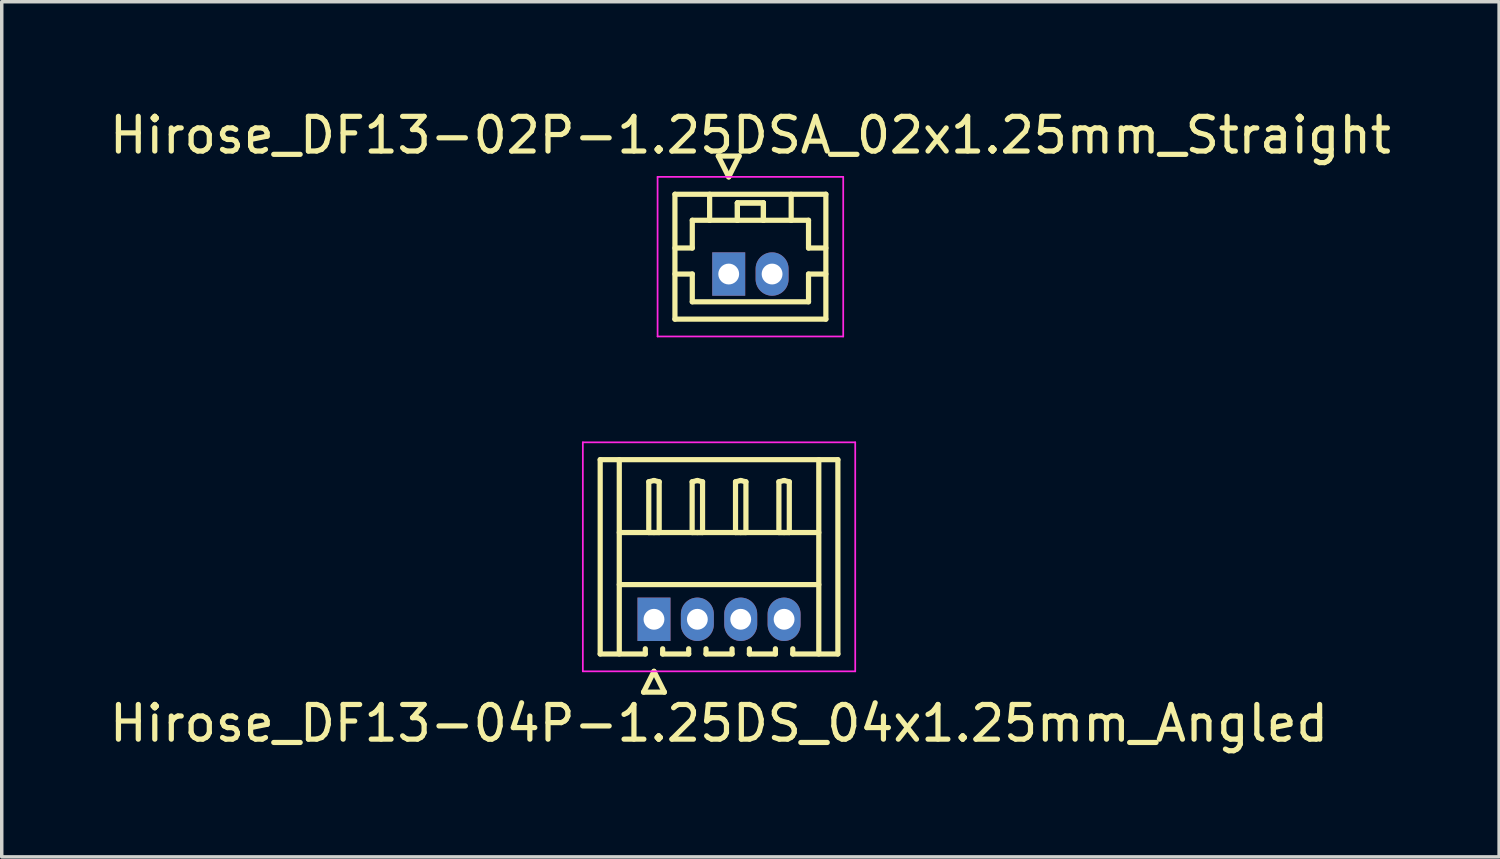
<source format=kicad_pcb>
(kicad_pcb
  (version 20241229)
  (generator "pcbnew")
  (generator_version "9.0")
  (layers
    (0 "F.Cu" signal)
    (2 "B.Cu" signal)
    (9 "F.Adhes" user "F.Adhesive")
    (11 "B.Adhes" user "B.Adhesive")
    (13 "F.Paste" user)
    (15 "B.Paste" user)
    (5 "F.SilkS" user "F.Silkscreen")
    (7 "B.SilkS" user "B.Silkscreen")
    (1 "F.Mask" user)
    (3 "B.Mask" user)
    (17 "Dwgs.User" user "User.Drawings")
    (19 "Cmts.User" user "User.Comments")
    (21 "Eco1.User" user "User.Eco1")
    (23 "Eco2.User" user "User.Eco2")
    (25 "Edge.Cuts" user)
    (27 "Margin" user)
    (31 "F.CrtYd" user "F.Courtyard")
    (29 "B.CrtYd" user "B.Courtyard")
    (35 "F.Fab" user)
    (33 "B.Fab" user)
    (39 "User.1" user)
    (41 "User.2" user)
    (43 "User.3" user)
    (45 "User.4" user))
  (footprint "Hirose_DF13-02P-1.25DSA_02x1.25mm_Straight"
    (layer "F.Cu")
    (at 17.952 4.848)
    (property "Reference" "Hirose_DF13-02P-1.25DSA_02x1.25mm_Straight" (at 0.625 -4 0) (layer "F.SilkS") (effects (font (size 1 1) (thickness 0.15))))
    (attr through_hole)
    (fp_line (start -1.55 -2.3) (end -1.55 1.3) (stroke (width 0.15) (type solid)) (layer "F.SilkS"))
    (fp_line (start -1.55 -0.75) (end -1.05 -0.75) (stroke (width 0.15) (type solid)) (layer "F.SilkS"))
    (fp_line (start -1.55 0) (end -1.05 0) (stroke (width 0.15) (type solid)) (layer "F.SilkS"))
    (fp_line (start -1.55 1.3) (end 2.8 1.3) (stroke (width 0.15) (type solid)) (layer "F.SilkS"))
    (fp_line (start -1.05 -1.55) (end -0.55 -1.55) (stroke (width 0.15) (type solid)) (layer "F.SilkS"))
    (fp_line (start -1.05 -0.75) (end -1.05 -1.55) (stroke (width 0.15) (type solid)) (layer "F.SilkS"))
    (fp_line (start -1.05 0) (end -1.05 0.8) (stroke (width 0.15) (type solid)) (layer "F.SilkS"))
    (fp_line (start -1.05 0.8) (end 2.3 0.8) (stroke (width 0.15) (type solid)) (layer "F.SilkS"))
    (fp_line (start -0.55 -1.55) (end -0.55 -2.3) (stroke (width 0.15) (type solid)) (layer "F.SilkS"))
    (fp_line (start -0.55 -1.55) (end 0.25 -1.55) (stroke (width 0.15) (type solid)) (layer "F.SilkS"))
    (fp_line (start -0.3 -3.4) (end 0.3 -3.4) (stroke (width 0.15) (type solid)) (layer "F.SilkS"))
    (fp_line (start 0 -2.8) (end -0.3 -3.4) (stroke (width 0.15) (type solid)) (layer "F.SilkS"))
    (fp_line (start 0.25 -2.05) (end 1 -2.05) (stroke (width 0.15) (type solid)) (layer "F.SilkS"))
    (fp_line (start 0.25 -2.05) (end 1 -2.05) (stroke (width 0.15) (type solid)) (layer "F.SilkS"))
    (fp_line (start 0.25 -1.55) (end 0.25 -2.05) (stroke (width 0.15) (type solid)) (layer "F.SilkS"))
    (fp_line (start 0.25 -1.55) (end 0.25 -2.05) (stroke (width 0.15) (type solid)) (layer "F.SilkS"))
    (fp_line (start 0.3 -3.4) (end 0 -2.8) (stroke (width 0.15) (type solid)) (layer "F.SilkS"))
    (fp_line (start 1 -2.05) (end 1 -1.55) (stroke (width 0.15) (type solid)) (layer "F.SilkS"))
    (fp_line (start 1 -2.05) (end 1 -1.55) (stroke (width 0.15) (type solid)) (layer "F.SilkS"))
    (fp_line (start 1 -1.55) (end 0.25 -1.55) (stroke (width 0.15) (type solid)) (layer "F.SilkS"))
    (fp_line (start 1 -1.55) (end 1.8 -1.55) (stroke (width 0.15) (type solid)) (layer "F.SilkS"))
    (fp_line (start 1.8 -1.55) (end 1.8 -2.3) (stroke (width 0.15) (type solid)) (layer "F.SilkS"))
    (fp_line (start 2.3 -1.55) (end 1.8 -1.55) (stroke (width 0.15) (type solid)) (layer "F.SilkS"))
    (fp_line (start 2.3 -0.75) (end 2.3 -1.55) (stroke (width 0.15) (type solid)) (layer "F.SilkS"))
    (fp_line (start 2.3 0) (end 2.8 0) (stroke (width 0.15) (type solid)) (layer "F.SilkS"))
    (fp_line (start 2.3 0.8) (end 2.3 0) (stroke (width 0.15) (type solid)) (layer "F.SilkS"))
    (fp_line (start 2.8 -2.3) (end -1.55 -2.3) (stroke (width 0.15) (type solid)) (layer "F.SilkS"))
    (fp_line (start 2.8 -0.75) (end 2.3 -0.75) (stroke (width 0.15) (type solid)) (layer "F.SilkS"))
    (fp_line (start 2.8 1.3) (end 2.8 -2.3) (stroke (width 0.15) (type solid)) (layer "F.SilkS"))
    (fp_line (start -2.05 -2.8) (end -2.05 1.8) (stroke (width 0.05) (type solid)) (layer "F.CrtYd"))
    (fp_line (start -2.05 1.8) (end 3.3 1.8) (stroke (width 0.05) (type solid)) (layer "F.CrtYd"))
    (fp_line (start 3.3 -2.8) (end -2.05 -2.8) (stroke (width 0.05) (type solid)) (layer "F.CrtYd"))
    (fp_line (start 3.3 1.8) (end 3.3 -2.8) (stroke (width 0.05) (type solid)) (layer "F.CrtYd"))
    (pad "1" thru_hole rect (at 0 0) (size 0.95 1.25) (drill 0.6) (layers "*.Cu" "*.Mask"))
    (pad "2" thru_hole oval (at 1.25 0) (size 0.95 1.25) (drill 0.6) (layers "*.Cu" "*.Mask")))
  (footprint "Hirose_DF13-04P-1.25DS_04x1.25mm_Angled"
    (layer "F.Cu")
    (at 15.798 14.798)
    (property "Reference" "Hirose_DF13-04P-1.25DS_04x1.25mm_Angled" (at 1.875 3 0) (layer "F.SilkS") (effects (font (size 1 1) (thickness 0.15))))
    (attr through_hole)
    (fp_line (start -1.55 -4.6) (end 5.3 -4.6) (stroke (width 0.15) (type solid)) (layer "F.SilkS"))
    (fp_line (start -1.55 1) (end -1.55 -4.6) (stroke (width 0.15) (type solid)) (layer "F.SilkS"))
    (fp_line (start -1 -4.6) (end -1 1) (stroke (width 0.15) (type solid)) (layer "F.SilkS"))
    (fp_line (start -1 -2.5) (end 4.75 -2.5) (stroke (width 0.15) (type solid)) (layer "F.SilkS"))
    (fp_line (start -1 -1) (end 4.75 -1) (stroke (width 0.15) (type solid)) (layer "F.SilkS"))
    (fp_line (start -0.3 2.1) (end 0.3 2.1) (stroke (width 0.15) (type solid)) (layer "F.SilkS"))
    (fp_line (start -0.25 0.85) (end -0.25 1) (stroke (width 0.15) (type solid)) (layer "F.SilkS"))
    (fp_line (start -0.25 1) (end -1.55 1) (stroke (width 0.15) (type solid)) (layer "F.SilkS"))
    (fp_line (start -0.15 -3.962) (end 0 -4) (stroke (width 0.15) (type solid)) (layer "F.SilkS"))
    (fp_line (start -0.15 -2.5) (end -0.15 -3.962) (stroke (width 0.15) (type solid)) (layer "F.SilkS"))
    (fp_line (start 0 -4) (end 0.15 -3.962) (stroke (width 0.15) (type solid)) (layer "F.SilkS"))
    (fp_line (start 0 -2.5) (end -0.15 -2.5) (stroke (width 0.15) (type solid)) (layer "F.SilkS"))
    (fp_line (start 0 1.5) (end -0.3 2.1) (stroke (width 0.15) (type solid)) (layer "F.SilkS"))
    (fp_line (start 0.15 -3.962) (end 0.15 -2.5) (stroke (width 0.15) (type solid)) (layer "F.SilkS"))
    (fp_line (start 0.15 -2.5) (end 0 -2.5) (stroke (width 0.15) (type solid)) (layer "F.SilkS"))
    (fp_line (start 0.25 0.85) (end 0.25 1) (stroke (width 0.15) (type solid)) (layer "F.SilkS"))
    (fp_line (start 0.25 1) (end 1 1) (stroke (width 0.15) (type solid)) (layer "F.SilkS"))
    (fp_line (start 0.3 2.1) (end 0 1.5) (stroke (width 0.15) (type solid)) (layer "F.SilkS"))
    (fp_line (start 1 1) (end 1 0.85) (stroke (width 0.15) (type solid)) (layer "F.SilkS"))
    (fp_line (start 1.1 -3.962) (end 1.25 -4) (stroke (width 0.15) (type solid)) (layer "F.SilkS"))
    (fp_line (start 1.1 -2.5) (end 1.1 -3.962) (stroke (width 0.15) (type solid)) (layer "F.SilkS"))
    (fp_line (start 1.25 -4) (end 1.4 -3.962) (stroke (width 0.15) (type solid)) (layer "F.SilkS"))
    (fp_line (start 1.25 -2.5) (end 1.1 -2.5) (stroke (width 0.15) (type solid)) (layer "F.SilkS"))
    (fp_line (start 1.4 -3.962) (end 1.4 -2.5) (stroke (width 0.15) (type solid)) (layer "F.SilkS"))
    (fp_line (start 1.4 -2.5) (end 1.25 -2.5) (stroke (width 0.15) (type solid)) (layer "F.SilkS"))
    (fp_line (start 1.5 0.85) (end 1.5 1) (stroke (width 0.15) (type solid)) (layer "F.SilkS"))
    (fp_line (start 1.5 1) (end 2.25 1) (stroke (width 0.15) (type solid)) (layer "F.SilkS"))
    (fp_line (start 2.25 1) (end 2.25 0.85) (stroke (width 0.15) (type solid)) (layer "F.SilkS"))
    (fp_line (start 2.35 -3.962) (end 2.5 -4) (stroke (width 0.15) (type solid)) (layer "F.SilkS"))
    (fp_line (start 2.35 -2.5) (end 2.35 -3.962) (stroke (width 0.15) (type solid)) (layer "F.SilkS"))
    (fp_line (start 2.5 -4) (end 2.65 -3.962) (stroke (width 0.15) (type solid)) (layer "F.SilkS"))
    (fp_line (start 2.5 -2.5) (end 2.35 -2.5) (stroke (width 0.15) (type solid)) (layer "F.SilkS"))
    (fp_line (start 2.65 -3.962) (end 2.65 -2.5) (stroke (width 0.15) (type solid)) (layer "F.SilkS"))
    (fp_line (start 2.65 -2.5) (end 2.5 -2.5) (stroke (width 0.15) (type solid)) (layer "F.SilkS"))
    (fp_line (start 2.75 0.85) (end 2.75 1) (stroke (width 0.15) (type solid)) (layer "F.SilkS"))
    (fp_line (start 2.75 1) (end 3.5 1) (stroke (width 0.15) (type solid)) (layer "F.SilkS"))
    (fp_line (start 3.5 1) (end 3.5 0.85) (stroke (width 0.15) (type solid)) (layer "F.SilkS"))
    (fp_line (start 3.6 -3.962) (end 3.75 -4) (stroke (width 0.15) (type solid)) (layer "F.SilkS"))
    (fp_line (start 3.6 -2.5) (end 3.6 -3.962) (stroke (width 0.15) (type solid)) (layer "F.SilkS"))
    (fp_line (start 3.75 -4) (end 3.9 -3.962) (stroke (width 0.15) (type solid)) (layer "F.SilkS"))
    (fp_line (start 3.75 -2.5) (end 3.6 -2.5) (stroke (width 0.15) (type solid)) (layer "F.SilkS"))
    (fp_line (start 3.9 -3.962) (end 3.9 -2.5) (stroke (width 0.15) (type solid)) (layer "F.SilkS"))
    (fp_line (start 3.9 -2.5) (end 3.75 -2.5) (stroke (width 0.15) (type solid)) (layer "F.SilkS"))
    (fp_line (start 4 1) (end 4 0.85) (stroke (width 0.15) (type solid)) (layer "F.SilkS"))
    (fp_line (start 4.75 -4.6) (end 4.75 1) (stroke (width 0.15) (type solid)) (layer "F.SilkS"))
    (fp_line (start 5.3 -4.6) (end 5.3 1) (stroke (width 0.15) (type solid)) (layer "F.SilkS"))
    (fp_line (start 5.3 1) (end 4 1) (stroke (width 0.15) (type solid)) (layer "F.SilkS"))
    (fp_line (start -2.05 -5.1) (end -2.05 1.5) (stroke (width 0.05) (type solid)) (layer "F.CrtYd"))
    (fp_line (start -2.05 1.5) (end 5.8 1.5) (stroke (width 0.05) (type solid)) (layer "F.CrtYd"))
    (fp_line (start 5.8 -5.1) (end -2.05 -5.1) (stroke (width 0.05) (type solid)) (layer "F.CrtYd"))
    (fp_line (start 5.8 1.5) (end 5.8 -5.1) (stroke (width 0.05) (type solid)) (layer "F.CrtYd"))
    (pad "1" thru_hole rect (at 0 0) (size 0.95 1.25) (drill 0.6) (layers "*.Cu" "*.Mask"))
    (pad "2" thru_hole oval (at 1.25 0) (size 0.95 1.25) (drill 0.6) (layers "*.Cu" "*.Mask"))
    (pad "3" thru_hole oval (at 2.5 0) (size 0.95 1.25) (drill 0.6) (layers "*.Cu" "*.Mask"))
    (pad "4" thru_hole oval (at 3.75 0) (size 0.95 1.25) (drill 0.6) (layers "*.Cu" "*.Mask")))
  (gr_rect
    (start -3 -3)
    (end 40.155 21.646)
    (stroke (width 0.1) (type default))
    (fill no)
    (layer "Edge.Cuts")))
</source>
